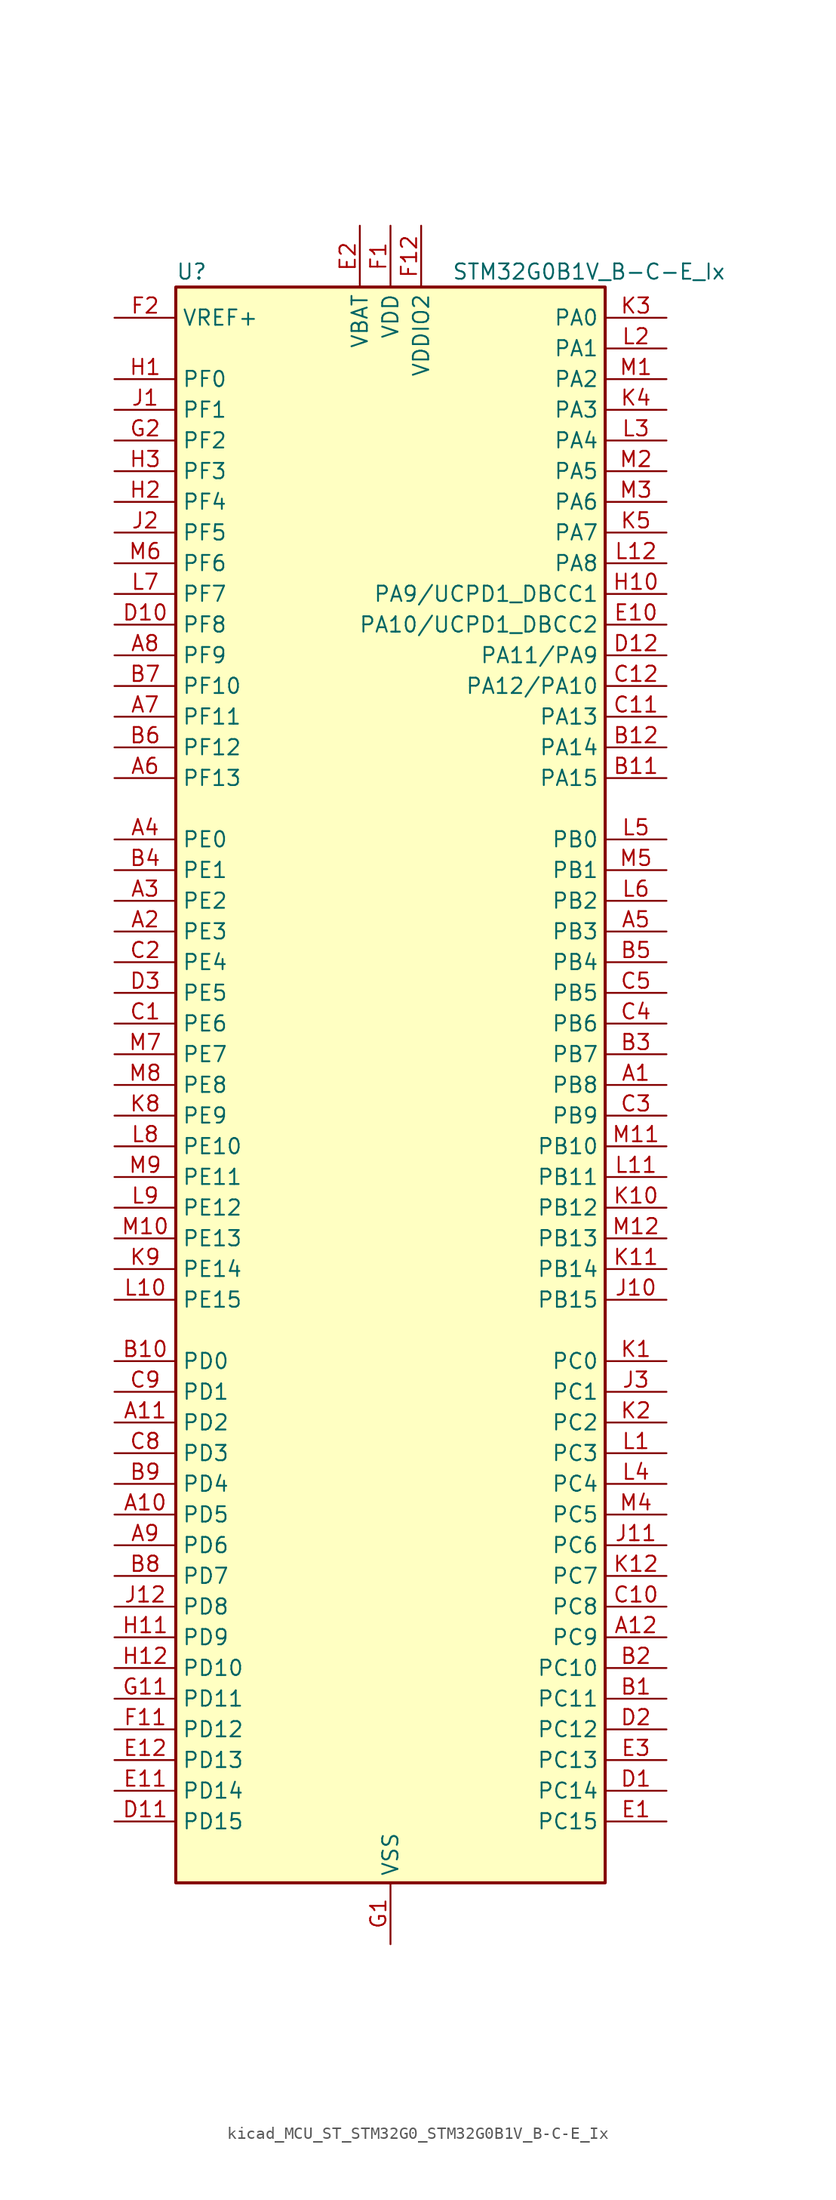
<source format=kicad_sym>
(kicad_symbol_lib
  (version 20220914)
  (generator kicad_symbol_editor)
  (symbol "kicad_MCU_ST_STM32G0_STM32G0B1V_B-C-E_Ix"
    (property "Reference" "U"
      (at -17.78 67.31 0)
      (effects (font (size 1.27 1.27)) (justify left)))
    (property "Value" "STM32G0B1V_B-C-E_Ix"
      (at 5.08 67.31 0)
      (effects (font (size 1.27 1.27)) (justify left)))
    (property "ki_locked" ""
      (at 0 0 0)
      (effects (font (size 1.27 1.27))))
    (symbol "kicad_MCU_ST_STM32G0_STM32G0B1V_B-C-E_Ix_0_1"
      (rectangle (start -17.78 -66.04) (end 17.78 66.04) (stroke (width 0.254) (type default)) (fill (type background))))
    (symbol "kicad_MCU_ST_STM32G0_STM32G0B1V_B-C-E_Ix_1_1"
      (pin bidirectional line (at 22.86 0 180) (length 5.08) (name "PB8" (effects (font (size 1.27 1.27)))) (number "A1" (effects (font (size 1.27 1.27)))) (alternate "CEC" bidirectional line) (alternate "FDCAN1_RX" bidirectional line) (alternate "I2C1_SCL" bidirectional line) (alternate "I2S2_CK" bidirectional line) (alternate "SPI2_SCK" bidirectional line) (alternate "TIM15_BK" bidirectional line) (alternate "TIM16_CH1" bidirectional line) (alternate "TIM4_CH3" bidirectional line) (alternate "USART3_TX" bidirectional line) (alternate "USART6_TX" bidirectional line))
      (pin bidirectional line (at -22.86 -35.56 0) (length 5.08) (name "PD5" (effects (font (size 1.27 1.27)))) (number "A10" (effects (font (size 1.27 1.27)))) (alternate "I2S1_MCK" bidirectional line) (alternate "SPI1_MISO" bidirectional line) (alternate "TIM1_BK" bidirectional line) (alternate "USART2_TX" bidirectional line) (alternate "USART5_CTS" bidirectional line) (alternate "USART5_NSS" bidirectional line))
      (pin bidirectional line (at -22.86 -27.94 0) (length 5.08) (name "PD2" (effects (font (size 1.27 1.27)))) (number "A11" (effects (font (size 1.27 1.27)))) (alternate "TIM1_CH1N" bidirectional line) (alternate "TIM3_ETR" bidirectional line) (alternate "UCPD2_CC2" bidirectional line) (alternate "USART3_CK" bidirectional line) (alternate "USART3_DE" bidirectional line) (alternate "USART3_RTS" bidirectional line) (alternate "USART5_RX" bidirectional line))
      (pin bidirectional line (at 22.86 -45.72 180) (length 5.08) (name "PC9" (effects (font (size 1.27 1.27)))) (number "A12" (effects (font (size 1.27 1.27)))) (alternate "DAC1_EXTI9" bidirectional line) (alternate "I2S_CKIN" bidirectional line) (alternate "LPUART2_DE" bidirectional line) (alternate "LPUART2_RTS" bidirectional line) (alternate "TIM1_CH2" bidirectional line) (alternate "TIM3_CH4" bidirectional line) (alternate "USB_NOE" bidirectional line))
      (pin bidirectional line (at -22.86 12.7 0) (length 5.08) (name "PE3" (effects (font (size 1.27 1.27)))) (number "A2" (effects (font (size 1.27 1.27)))) (alternate "TIM3_CH1" bidirectional line))
      (pin bidirectional line (at -22.86 15.24 0) (length 5.08) (name "PE2" (effects (font (size 1.27 1.27)))) (number "A3" (effects (font (size 1.27 1.27)))) (alternate "TIM3_ETR" bidirectional line))
      (pin bidirectional line (at -22.86 20.32 0) (length 5.08) (name "PE0" (effects (font (size 1.27 1.27)))) (number "A4" (effects (font (size 1.27 1.27)))) (alternate "TIM16_CH1" bidirectional line) (alternate "TIM4_ETR" bidirectional line))
      (pin bidirectional line (at 22.86 12.7 180) (length 5.08) (name "PB3" (effects (font (size 1.27 1.27)))) (number "A5" (effects (font (size 1.27 1.27)))) (alternate "COMP2_INM" bidirectional line) (alternate "I2C2_SCL" bidirectional line) (alternate "I2C3_SCL" bidirectional line) (alternate "I2S1_CK" bidirectional line) (alternate "SPI1_SCK" bidirectional line) (alternate "SPI3_SCK" bidirectional line) (alternate "TIM1_CH2" bidirectional line) (alternate "TIM2_CH2" bidirectional line) (alternate "USART1_CK" bidirectional line) (alternate "USART1_DE" bidirectional line) (alternate "USART1_RTS" bidirectional line) (alternate "USART5_TX" bidirectional line))
      (pin bidirectional line (at -22.86 25.4 0) (length 5.08) (name "PF13" (effects (font (size 1.27 1.27)))) (number "A6" (effects (font (size 1.27 1.27)))) (alternate "TIM15_CH2" bidirectional line))
      (pin bidirectional line (at -22.86 30.48 0) (length 5.08) (name "PF11" (effects (font (size 1.27 1.27)))) (number "A7" (effects (font (size 1.27 1.27)))) (alternate "ADC1_EXTI11" bidirectional line) (alternate "USART6_CK" bidirectional line) (alternate "USART6_DE" bidirectional line) (alternate "USART6_RTS" bidirectional line))
      (pin bidirectional line (at -22.86 35.56 0) (length 5.08) (name "PF9" (effects (font (size 1.27 1.27)))) (number "A8" (effects (font (size 1.27 1.27)))) (alternate "DAC1_EXTI9" bidirectional line) (alternate "USART6_TX" bidirectional line))
      (pin bidirectional line (at -22.86 -38.1 0) (length 5.08) (name "PD6" (effects (font (size 1.27 1.27)))) (number "A9" (effects (font (size 1.27 1.27)))) (alternate "I2S1_SD" bidirectional line) (alternate "LPTIM2_OUT" bidirectional line) (alternate "SPI1_MOSI" bidirectional line) (alternate "USART2_RX" bidirectional line))
      (pin bidirectional line (at 22.86 -50.8 180) (length 5.08) (name "PC11" (effects (font (size 1.27 1.27)))) (number "B1" (effects (font (size 1.27 1.27)))) (alternate "ADC1_EXTI11" bidirectional line) (alternate "SPI3_MISO" bidirectional line) (alternate "TIM1_CH4" bidirectional line) (alternate "USART3_RX" bidirectional line) (alternate "USART4_RX" bidirectional line))
      (pin bidirectional line (at -22.86 -22.86 0) (length 5.08) (name "PD0" (effects (font (size 1.27 1.27)))) (number "B10" (effects (font (size 1.27 1.27)))) (alternate "FDCAN1_RX" bidirectional line) (alternate "I2S2_WS" bidirectional line) (alternate "SPI2_NSS" bidirectional line) (alternate "TIM16_CH1" bidirectional line) (alternate "UCPD2_CC1" bidirectional line))
      (pin bidirectional line (at 22.86 25.4 180) (length 5.08) (name "PA15" (effects (font (size 1.27 1.27)))) (number "B11" (effects (font (size 1.27 1.27)))) (alternate "I2C2_SMBA" bidirectional line) (alternate "I2S1_WS" bidirectional line) (alternate "RCC_MCO_2" bidirectional line) (alternate "SPI1_NSS" bidirectional line) (alternate "SPI3_NSS" bidirectional line) (alternate "TIM2_CH1" bidirectional line) (alternate "TIM2_ETR" bidirectional line) (alternate "USART2_RX" bidirectional line) (alternate "USART3_CK" bidirectional line) (alternate "USART3_DE" bidirectional line) (alternate "USART3_RTS" bidirectional line) (alternate "USART4_CK" bidirectional line) (alternate "USART4_DE" bidirectional line) (alternate "USART4_RTS" bidirectional line) (alternate "USB_NOE" bidirectional line))
      (pin bidirectional line (at 22.86 27.94 180) (length 5.08) (name "PA14" (effects (font (size 1.27 1.27)))) (number "B12" (effects (font (size 1.27 1.27)))) (alternate "LPUART2_TX" bidirectional line) (alternate "SYS_SWCLK" bidirectional line) (alternate "USART2_TX" bidirectional line))
      (pin bidirectional line (at 22.86 -48.26 180) (length 5.08) (name "PC10" (effects (font (size 1.27 1.27)))) (number "B2" (effects (font (size 1.27 1.27)))) (alternate "SPI3_SCK" bidirectional line) (alternate "TIM1_CH3" bidirectional line) (alternate "USART3_TX" bidirectional line) (alternate "USART4_TX" bidirectional line))
      (pin bidirectional line (at 22.86 2.54 180) (length 5.08) (name "PB7" (effects (font (size 1.27 1.27)))) (number "B3" (effects (font (size 1.27 1.27)))) (alternate "COMP2_INM" bidirectional line) (alternate "I2C1_SDA" bidirectional line) (alternate "I2S2_SD" bidirectional line) (alternate "LPTIM1_IN2" bidirectional line) (alternate "LPUART2_RX" bidirectional line) (alternate "SPI2_MOSI" bidirectional line) (alternate "SYS_PVD_IN" bidirectional line) (alternate "TIM17_CH1N" bidirectional line) (alternate "TIM4_CH2" bidirectional line) (alternate "USART1_RX" bidirectional line) (alternate "USART4_CTS" bidirectional line) (alternate "USART4_NSS" bidirectional line))
      (pin bidirectional line (at -22.86 17.78 0) (length 5.08) (name "PE1" (effects (font (size 1.27 1.27)))) (number "B4" (effects (font (size 1.27 1.27)))) (alternate "TIM17_CH1" bidirectional line))
      (pin bidirectional line (at 22.86 10.16 180) (length 5.08) (name "PB4" (effects (font (size 1.27 1.27)))) (number "B5" (effects (font (size 1.27 1.27)))) (alternate "COMP2_INP" bidirectional line) (alternate "I2C2_SDA" bidirectional line) (alternate "I2C3_SDA" bidirectional line) (alternate "I2S1_MCK" bidirectional line) (alternate "SPI1_MISO" bidirectional line) (alternate "SPI3_MISO" bidirectional line) (alternate "TIM17_BK" bidirectional line) (alternate "TIM3_CH1" bidirectional line) (alternate "USART1_CTS" bidirectional line) (alternate "USART1_NSS" bidirectional line) (alternate "USART5_RX" bidirectional line))
      (pin bidirectional line (at -22.86 27.94 0) (length 5.08) (name "PF12" (effects (font (size 1.27 1.27)))) (number "B6" (effects (font (size 1.27 1.27)))) (alternate "TIM15_CH1" bidirectional line) (alternate "USART6_CTS" bidirectional line) (alternate "USART6_NSS" bidirectional line))
      (pin bidirectional line (at -22.86 33.02 0) (length 5.08) (name "PF10" (effects (font (size 1.27 1.27)))) (number "B7" (effects (font (size 1.27 1.27)))) (alternate "USART6_RX" bidirectional line))
      (pin bidirectional line (at -22.86 -40.64 0) (length 5.08) (name "PD7" (effects (font (size 1.27 1.27)))) (number "B8" (effects (font (size 1.27 1.27)))) (alternate "RCC_MCO_2" bidirectional line))
      (pin bidirectional line (at -22.86 -33.02 0) (length 5.08) (name "PD4" (effects (font (size 1.27 1.27)))) (number "B9" (effects (font (size 1.27 1.27)))) (alternate "I2S2_SD" bidirectional line) (alternate "SPI2_MOSI" bidirectional line) (alternate "TIM1_CH3N" bidirectional line) (alternate "USART2_CK" bidirectional line) (alternate "USART2_DE" bidirectional line) (alternate "USART2_RTS" bidirectional line) (alternate "USART5_CK" bidirectional line) (alternate "USART5_DE" bidirectional line) (alternate "USART5_RTS" bidirectional line))
      (pin bidirectional line (at -22.86 5.08 0) (length 5.08) (name "PE6" (effects (font (size 1.27 1.27)))) (number "C1" (effects (font (size 1.27 1.27)))) (alternate "RTC_TAMP_IN3" bidirectional line) (alternate "SYS_WKUP3" bidirectional line) (alternate "TIM3_CH4" bidirectional line))
      (pin bidirectional line (at 22.86 -43.18 180) (length 5.08) (name "PC8" (effects (font (size 1.27 1.27)))) (number "C10" (effects (font (size 1.27 1.27)))) (alternate "LPUART2_CTS" bidirectional line) (alternate "TIM1_CH1" bidirectional line) (alternate "TIM3_CH3" bidirectional line) (alternate "UCPD2_FRSTX1" bidirectional line) (alternate "UCPD2_FRSTX2" bidirectional line))
      (pin bidirectional line (at 22.86 30.48 180) (length 5.08) (name "PA13" (effects (font (size 1.27 1.27)))) (number "C11" (effects (font (size 1.27 1.27)))) (alternate "IR_OUT" bidirectional line) (alternate "LPUART2_RX" bidirectional line) (alternate "SYS_SWDIO" bidirectional line) (alternate "USB_NOE" bidirectional line))
      (pin bidirectional line (at 22.86 33.02 180) (length 5.08) (name "PA12/PA10" (effects (font (size 1.27 1.27)))) (number "C12" (effects (font (size 1.27 1.27)))) (alternate "COMP2_OUT" bidirectional line) (alternate "FDCAN1_TX" bidirectional line) (alternate "I2C2_SDA" bidirectional line) (alternate "I2S1_SD" bidirectional line) (alternate "I2S_CKIN" bidirectional line) (alternate "SPI1_MOSI" bidirectional line) (alternate "TIM1_ETR" bidirectional line) (alternate "USART1_CK" bidirectional line) (alternate "USART1_DE" bidirectional line) (alternate "USART1_RTS" bidirectional line) (alternate "USB_DP" bidirectional line))
      (pin bidirectional line (at -22.86 10.16 0) (length 5.08) (name "PE4" (effects (font (size 1.27 1.27)))) (number "C2" (effects (font (size 1.27 1.27)))) (alternate "TIM3_CH2" bidirectional line))
      (pin bidirectional line (at 22.86 -2.54 180) (length 5.08) (name "PB9" (effects (font (size 1.27 1.27)))) (number "C3" (effects (font (size 1.27 1.27)))) (alternate "DAC1_EXTI9" bidirectional line) (alternate "FDCAN1_TX" bidirectional line) (alternate "I2C1_SDA" bidirectional line) (alternate "I2S2_WS" bidirectional line) (alternate "IR_OUT" bidirectional line) (alternate "SPI2_NSS" bidirectional line) (alternate "TIM17_CH1" bidirectional line) (alternate "TIM4_CH4" bidirectional line) (alternate "UCPD2_FRSTX1" bidirectional line) (alternate "UCPD2_FRSTX2" bidirectional line) (alternate "USART3_RX" bidirectional line) (alternate "USART6_RX" bidirectional line))
      (pin bidirectional line (at 22.86 5.08 180) (length 5.08) (name "PB6" (effects (font (size 1.27 1.27)))) (number "C4" (effects (font (size 1.27 1.27)))) (alternate "COMP2_INP" bidirectional line) (alternate "FDCAN2_TX" bidirectional line) (alternate "I2C1_SCL" bidirectional line) (alternate "I2S2_MCK" bidirectional line) (alternate "LPTIM1_ETR" bidirectional line) (alternate "LPUART2_TX" bidirectional line) (alternate "SPI2_MISO" bidirectional line) (alternate "TIM16_CH1N" bidirectional line) (alternate "TIM1_CH3" bidirectional line) (alternate "TIM4_CH1" bidirectional line) (alternate "USART1_TX" bidirectional line) (alternate "USART5_CTS" bidirectional line) (alternate "USART5_NSS" bidirectional line))
      (pin bidirectional line (at 22.86 7.62 180) (length 5.08) (name "PB5" (effects (font (size 1.27 1.27)))) (number "C5" (effects (font (size 1.27 1.27)))) (alternate "COMP2_OUT" bidirectional line) (alternate "FDCAN2_RX" bidirectional line) (alternate "I2C1_SMBA" bidirectional line) (alternate "I2S1_SD" bidirectional line) (alternate "LPTIM1_IN1" bidirectional line) (alternate "SPI1_MOSI" bidirectional line) (alternate "SPI3_MOSI" bidirectional line) (alternate "SYS_WKUP6" bidirectional line) (alternate "TIM16_BK" bidirectional line) (alternate "TIM3_CH2" bidirectional line) (alternate "USART5_CK" bidirectional line) (alternate "USART5_DE" bidirectional line) (alternate "USART5_RTS" bidirectional line))
      (pin bidirectional line (at -22.86 -30.48 0) (length 5.08) (name "PD3" (effects (font (size 1.27 1.27)))) (number "C8" (effects (font (size 1.27 1.27)))) (alternate "I2S2_MCK" bidirectional line) (alternate "SPI2_MISO" bidirectional line) (alternate "TIM1_CH2N" bidirectional line) (alternate "UCPD2_DBCC2" bidirectional line) (alternate "USART2_CTS" bidirectional line) (alternate "USART2_NSS" bidirectional line) (alternate "USART5_TX" bidirectional line))
      (pin bidirectional line (at -22.86 -25.4 0) (length 5.08) (name "PD1" (effects (font (size 1.27 1.27)))) (number "C9" (effects (font (size 1.27 1.27)))) (alternate "FDCAN1_TX" bidirectional line) (alternate "I2S2_CK" bidirectional line) (alternate "SPI2_SCK" bidirectional line) (alternate "TIM17_CH1" bidirectional line) (alternate "UCPD2_DBCC1" bidirectional line))
      (pin bidirectional line (at 22.86 -58.42 180) (length 5.08) (name "PC14" (effects (font (size 1.27 1.27)))) (number "D1" (effects (font (size 1.27 1.27)))) (alternate "RCC_OSC32_IN" bidirectional line) (alternate "TIM1_BK2" bidirectional line))
      (pin bidirectional line (at -22.86 38.1 0) (length 5.08) (name "PF8" (effects (font (size 1.27 1.27)))) (number "D10" (effects (font (size 1.27 1.27)))))
      (pin bidirectional line (at -22.86 -60.96 0) (length 5.08) (name "PD15" (effects (font (size 1.27 1.27)))) (number "D11" (effects (font (size 1.27 1.27)))) (alternate "CRS1_SYNC" bidirectional line) (alternate "FDCAN2_TX" bidirectional line) (alternate "LPUART2_DE" bidirectional line) (alternate "LPUART2_RTS" bidirectional line) (alternate "TIM4_CH4" bidirectional line))
      (pin bidirectional line (at 22.86 35.56 180) (length 5.08) (name "PA11/PA9" (effects (font (size 1.27 1.27)))) (number "D12" (effects (font (size 1.27 1.27)))) (alternate "ADC1_EXTI11" bidirectional line) (alternate "COMP1_OUT" bidirectional line) (alternate "FDCAN1_RX" bidirectional line) (alternate "I2C2_SCL" bidirectional line) (alternate "I2S1_MCK" bidirectional line) (alternate "SPI1_MISO" bidirectional line) (alternate "TIM1_BK2" bidirectional line) (alternate "TIM1_CH4" bidirectional line) (alternate "USART1_CTS" bidirectional line) (alternate "USART1_NSS" bidirectional line) (alternate "USB_DM" bidirectional line))
      (pin bidirectional line (at 22.86 -53.34 180) (length 5.08) (name "PC12" (effects (font (size 1.27 1.27)))) (number "D2" (effects (font (size 1.27 1.27)))) (alternate "LPTIM1_IN1" bidirectional line) (alternate "SPI3_MOSI" bidirectional line) (alternate "TIM14_CH1" bidirectional line) (alternate "UCPD1_FRSTX1" bidirectional line) (alternate "UCPD1_FRSTX2" bidirectional line) (alternate "USART5_TX" bidirectional line))
      (pin bidirectional line (at -22.86 7.62 0) (length 5.08) (name "PE5" (effects (font (size 1.27 1.27)))) (number "D3" (effects (font (size 1.27 1.27)))) (alternate "TIM3_CH3" bidirectional line))
      (pin bidirectional line (at 22.86 -60.96 180) (length 5.08) (name "PC15" (effects (font (size 1.27 1.27)))) (number "E1" (effects (font (size 1.27 1.27)))) (alternate "RCC_OSC32_EN" bidirectional line) (alternate "RCC_OSC32_OUT" bidirectional line) (alternate "RCC_OSC_EN" bidirectional line) (alternate "TIM15_BK" bidirectional line))
      (pin bidirectional line (at 22.86 38.1 180) (length 5.08) (name "PA10/UCPD1_DBCC2" (effects (font (size 1.27 1.27)))) (number "E10" (effects (font (size 1.27 1.27)))) (alternate "I2C1_SDA" bidirectional line) (alternate "I2C2_SDA" bidirectional line) (alternate "I2S2_SD" bidirectional line) (alternate "RCC_MCO_2" bidirectional line) (alternate "SPI2_MOSI" bidirectional line) (alternate "TIM17_BK" bidirectional line) (alternate "TIM1_CH3" bidirectional line) (alternate "UCPD1_DBCC2" bidirectional line) (alternate "USART1_RX" bidirectional line))
      (pin bidirectional line (at -22.86 -58.42 0) (length 5.08) (name "PD14" (effects (font (size 1.27 1.27)))) (number "E11" (effects (font (size 1.27 1.27)))) (alternate "FDCAN2_RX" bidirectional line) (alternate "LPUART2_CTS" bidirectional line) (alternate "TIM4_CH3" bidirectional line))
      (pin bidirectional line (at -22.86 -55.88 0) (length 5.08) (name "PD13" (effects (font (size 1.27 1.27)))) (number "E12" (effects (font (size 1.27 1.27)))) (alternate "FDCAN1_TX" bidirectional line) (alternate "LPTIM2_OUT" bidirectional line) (alternate "TIM4_CH2" bidirectional line))
      (pin power_in line (at -2.54 71.12 270) (length 5.08) (name "VBAT" (effects (font (size 1.27 1.27)))) (number "E2" (effects (font (size 1.27 1.27)))))
      (pin bidirectional line (at 22.86 -55.88 180) (length 5.08) (name "PC13" (effects (font (size 1.27 1.27)))) (number "E3" (effects (font (size 1.27 1.27)))) (alternate "RTC_OUT1" bidirectional line) (alternate "RTC_TAMP_IN1" bidirectional line) (alternate "RTC_TS" bidirectional line) (alternate "SYS_WKUP2" bidirectional line) (alternate "TIM1_BK" bidirectional line))
      (pin power_in line (at 0 71.12 270) (length 5.08) (name "VDD" (effects (font (size 1.27 1.27)))) (number "F1" (effects (font (size 1.27 1.27)))))
      (pin bidirectional line (at -22.86 -53.34 0) (length 5.08) (name "PD12" (effects (font (size 1.27 1.27)))) (number "F11" (effects (font (size 1.27 1.27)))) (alternate "FDCAN1_RX" bidirectional line) (alternate "LPTIM2_IN1" bidirectional line) (alternate "TIM4_CH1" bidirectional line) (alternate "USART3_CK" bidirectional line) (alternate "USART3_DE" bidirectional line) (alternate "USART3_RTS" bidirectional line))
      (pin power_in line (at 2.54 71.12 270) (length 5.08) (name "VDDIO2" (effects (font (size 1.27 1.27)))) (number "F12" (effects (font (size 1.27 1.27)))))
      (pin input line (at -22.86 63.5 0) (length 5.08) (name "VREF+" (effects (font (size 1.27 1.27)))) (number "F2" (effects (font (size 1.27 1.27)))) (alternate "VREFBUF_OUT" bidirectional line))
      (pin power_in line (at 0 -71.12 90) (length 5.08) (name "VSS" (effects (font (size 1.27 1.27)))) (number "G1" (effects (font (size 1.27 1.27)))))
      (pin bidirectional line (at -22.86 -50.8 0) (length 5.08) (name "PD11" (effects (font (size 1.27 1.27)))) (number "G11" (effects (font (size 1.27 1.27)))) (alternate "ADC1_EXTI11" bidirectional line) (alternate "LPTIM2_ETR" bidirectional line) (alternate "USART3_CTS" bidirectional line) (alternate "USART3_NSS" bidirectional line))
      (pin passive line (at 0 -71.12 90) (length 5.08) hide (name "VSS" (effects (font (size 1.27 1.27)))) (number "G12" (effects (font (size 1.27 1.27)))))
      (pin bidirectional line (at -22.86 53.34 0) (length 5.08) (name "PF2" (effects (font (size 1.27 1.27)))) (number "G2" (effects (font (size 1.27 1.27)))) (alternate "LPUART2_DE" bidirectional line) (alternate "LPUART2_RTS" bidirectional line) (alternate "LPUART2_TX" bidirectional line) (alternate "RCC_MCO" bidirectional line))
      (pin bidirectional line (at -22.86 58.42 0) (length 5.08) (name "PF0" (effects (font (size 1.27 1.27)))) (number "H1" (effects (font (size 1.27 1.27)))) (alternate "CRS1_SYNC" bidirectional line) (alternate "RCC_OSC_IN" bidirectional line) (alternate "TIM14_CH1" bidirectional line))
      (pin bidirectional line (at 22.86 40.64 180) (length 5.08) (name "PA9/UCPD1_DBCC1" (effects (font (size 1.27 1.27)))) (number "H10" (effects (font (size 1.27 1.27)))) (alternate "DAC1_EXTI9" bidirectional line) (alternate "I2C1_SCL" bidirectional line) (alternate "I2C2_SCL" bidirectional line) (alternate "I2S2_MCK" bidirectional line) (alternate "RCC_MCO" bidirectional line) (alternate "SPI2_MISO" bidirectional line) (alternate "TIM15_BK" bidirectional line) (alternate "TIM1_CH2" bidirectional line) (alternate "UCPD1_DBCC1" bidirectional line) (alternate "USART1_TX" bidirectional line))
      (pin bidirectional line (at -22.86 -45.72 0) (length 5.08) (name "PD9" (effects (font (size 1.27 1.27)))) (number "H11" (effects (font (size 1.27 1.27)))) (alternate "DAC1_EXTI9" bidirectional line) (alternate "I2S1_WS" bidirectional line) (alternate "SPI1_NSS" bidirectional line) (alternate "TIM1_BK2" bidirectional line) (alternate "USART3_RX" bidirectional line))
      (pin bidirectional line (at -22.86 -48.26 0) (length 5.08) (name "PD10" (effects (font (size 1.27 1.27)))) (number "H12" (effects (font (size 1.27 1.27)))) (alternate "RCC_MCO" bidirectional line))
      (pin bidirectional line (at -22.86 48.26 0) (length 5.08) (name "PF4" (effects (font (size 1.27 1.27)))) (number "H2" (effects (font (size 1.27 1.27)))) (alternate "LPUART1_TX" bidirectional line))
      (pin bidirectional line (at -22.86 50.8 0) (length 5.08) (name "PF3" (effects (font (size 1.27 1.27)))) (number "H3" (effects (font (size 1.27 1.27)))) (alternate "LPUART2_RX" bidirectional line) (alternate "USART6_CK" bidirectional line) (alternate "USART6_DE" bidirectional line) (alternate "USART6_RTS" bidirectional line))
      (pin bidirectional line (at -22.86 55.88 0) (length 5.08) (name "PF1" (effects (font (size 1.27 1.27)))) (number "J1" (effects (font (size 1.27 1.27)))) (alternate "RCC_OSC_EN" bidirectional line) (alternate "RCC_OSC_OUT" bidirectional line) (alternate "TIM15_CH1N" bidirectional line))
      (pin bidirectional line (at 22.86 -17.78 180) (length 5.08) (name "PB15" (effects (font (size 1.27 1.27)))) (number "J10" (effects (font (size 1.27 1.27)))) (alternate "I2S2_SD" bidirectional line) (alternate "RTC_REFIN" bidirectional line) (alternate "SPI2_MOSI" bidirectional line) (alternate "TIM15_CH1N" bidirectional line) (alternate "TIM15_CH2" bidirectional line) (alternate "TIM1_CH3N" bidirectional line) (alternate "UCPD1_CC2" bidirectional line) (alternate "USART6_CTS" bidirectional line) (alternate "USART6_NSS" bidirectional line))
      (pin bidirectional line (at 22.86 -38.1 180) (length 5.08) (name "PC6" (effects (font (size 1.27 1.27)))) (number "J11" (effects (font (size 1.27 1.27)))) (alternate "LPUART2_TX" bidirectional line) (alternate "TIM2_CH3" bidirectional line) (alternate "TIM3_CH1" bidirectional line) (alternate "UCPD1_FRSTX1" bidirectional line) (alternate "UCPD1_FRSTX2" bidirectional line))
      (pin bidirectional line (at -22.86 -43.18 0) (length 5.08) (name "PD8" (effects (font (size 1.27 1.27)))) (number "J12" (effects (font (size 1.27 1.27)))) (alternate "I2S1_CK" bidirectional line) (alternate "LPTIM1_OUT" bidirectional line) (alternate "SPI1_SCK" bidirectional line) (alternate "USART3_TX" bidirectional line))
      (pin bidirectional line (at -22.86 45.72 0) (length 5.08) (name "PF5" (effects (font (size 1.27 1.27)))) (number "J2" (effects (font (size 1.27 1.27)))) (alternate "LPUART1_RX" bidirectional line))
      (pin bidirectional line (at 22.86 -25.4 180) (length 5.08) (name "PC1" (effects (font (size 1.27 1.27)))) (number "J3" (effects (font (size 1.27 1.27)))) (alternate "COMP3_INP" bidirectional line) (alternate "I2C3_SDA" bidirectional line) (alternate "LPTIM1_OUT" bidirectional line) (alternate "LPUART1_TX" bidirectional line) (alternate "LPUART2_RX" bidirectional line) (alternate "TIM15_CH1" bidirectional line) (alternate "USART6_RX" bidirectional line))
      (pin bidirectional line (at 22.86 -22.86 180) (length 5.08) (name "PC0" (effects (font (size 1.27 1.27)))) (number "K1" (effects (font (size 1.27 1.27)))) (alternate "COMP3_INM" bidirectional line) (alternate "COMP3_OUT" bidirectional line) (alternate "I2C3_SCL" bidirectional line) (alternate "LPTIM1_IN1" bidirectional line) (alternate "LPTIM2_IN1" bidirectional line) (alternate "LPUART1_RX" bidirectional line) (alternate "LPUART2_TX" bidirectional line) (alternate "USART6_TX" bidirectional line))
      (pin bidirectional line (at 22.86 -10.16 180) (length 5.08) (name "PB12" (effects (font (size 1.27 1.27)))) (number "K10" (effects (font (size 1.27 1.27)))) (alternate "ADC1_IN16" bidirectional line) (alternate "FDCAN2_RX" bidirectional line) (alternate "I2C2_SMBA" bidirectional line) (alternate "I2S2_WS" bidirectional line) (alternate "LPUART1_DE" bidirectional line) (alternate "LPUART1_RTS" bidirectional line) (alternate "SPI2_NSS" bidirectional line) (alternate "TIM15_BK" bidirectional line) (alternate "TIM1_BK" bidirectional line) (alternate "UCPD2_FRSTX1" bidirectional line) (alternate "UCPD2_FRSTX2" bidirectional line))
      (pin bidirectional line (at 22.86 -15.24 180) (length 5.08) (name "PB14" (effects (font (size 1.27 1.27)))) (number "K11" (effects (font (size 1.27 1.27)))) (alternate "I2C2_SDA" bidirectional line) (alternate "I2S2_MCK" bidirectional line) (alternate "SPI2_MISO" bidirectional line) (alternate "TIM15_CH1" bidirectional line) (alternate "TIM1_CH2N" bidirectional line) (alternate "UCPD1_FRSTX1" bidirectional line) (alternate "UCPD1_FRSTX2" bidirectional line) (alternate "USART3_CK" bidirectional line) (alternate "USART3_DE" bidirectional line) (alternate "USART3_RTS" bidirectional line) (alternate "USART6_CK" bidirectional line) (alternate "USART6_DE" bidirectional line) (alternate "USART6_RTS" bidirectional line))
      (pin bidirectional line (at 22.86 -40.64 180) (length 5.08) (name "PC7" (effects (font (size 1.27 1.27)))) (number "K12" (effects (font (size 1.27 1.27)))) (alternate "LPUART2_RX" bidirectional line) (alternate "TIM2_CH4" bidirectional line) (alternate "TIM3_CH2" bidirectional line) (alternate "UCPD2_FRSTX1" bidirectional line) (alternate "UCPD2_FRSTX2" bidirectional line))
      (pin bidirectional line (at 22.86 -27.94 180) (length 5.08) (name "PC2" (effects (font (size 1.27 1.27)))) (number "K2" (effects (font (size 1.27 1.27)))) (alternate "COMP3_OUT" bidirectional line) (alternate "FDCAN2_RX" bidirectional line) (alternate "I2S2_MCK" bidirectional line) (alternate "LPTIM1_IN2" bidirectional line) (alternate "SPI2_MISO" bidirectional line) (alternate "TIM15_CH2" bidirectional line))
      (pin bidirectional line (at 22.86 63.5 180) (length 5.08) (name "PA0" (effects (font (size 1.27 1.27)))) (number "K3" (effects (font (size 1.27 1.27)))) (alternate "ADC1_IN0" bidirectional line) (alternate "COMP1_INM" bidirectional line) (alternate "COMP1_OUT" bidirectional line) (alternate "I2S2_CK" bidirectional line) (alternate "LPTIM1_OUT" bidirectional line) (alternate "RTC_TAMP_IN2" bidirectional line) (alternate "SPI2_SCK" bidirectional line) (alternate "SYS_WKUP1" bidirectional line) (alternate "TIM2_CH1" bidirectional line) (alternate "TIM2_ETR" bidirectional line) (alternate "UCPD2_FRSTX1" bidirectional line) (alternate "UCPD2_FRSTX2" bidirectional line) (alternate "USART2_CTS" bidirectional line) (alternate "USART2_NSS" bidirectional line) (alternate "USART4_TX" bidirectional line))
      (pin bidirectional line (at 22.86 55.88 180) (length 5.08) (name "PA3" (effects (font (size 1.27 1.27)))) (number "K4" (effects (font (size 1.27 1.27)))) (alternate "ADC1_IN3" bidirectional line) (alternate "COMP2_INP" bidirectional line) (alternate "I2S2_MCK" bidirectional line) (alternate "LPUART1_RX" bidirectional line) (alternate "SPI2_MISO" bidirectional line) (alternate "TIM15_CH2" bidirectional line) (alternate "TIM2_CH4" bidirectional line) (alternate "UCPD2_FRSTX1" bidirectional line) (alternate "UCPD2_FRSTX2" bidirectional line) (alternate "USART2_RX" bidirectional line))
      (pin bidirectional line (at 22.86 45.72 180) (length 5.08) (name "PA7" (effects (font (size 1.27 1.27)))) (number "K5" (effects (font (size 1.27 1.27)))) (alternate "ADC1_IN7" bidirectional line) (alternate "COMP2_OUT" bidirectional line) (alternate "I2C2_SCL" bidirectional line) (alternate "I2C3_SCL" bidirectional line) (alternate "I2S1_SD" bidirectional line) (alternate "SPI1_MOSI" bidirectional line) (alternate "TIM14_CH1" bidirectional line) (alternate "TIM17_CH1" bidirectional line) (alternate "TIM1_CH1N" bidirectional line) (alternate "TIM3_CH2" bidirectional line) (alternate "UCPD1_FRSTX1" bidirectional line) (alternate "UCPD1_FRSTX2" bidirectional line) (alternate "USART6_CK" bidirectional line) (alternate "USART6_DE" bidirectional line) (alternate "USART6_RTS" bidirectional line))
      (pin bidirectional line (at -22.86 -2.54 0) (length 5.08) (name "PE9" (effects (font (size 1.27 1.27)))) (number "K8" (effects (font (size 1.27 1.27)))) (alternate "DAC1_EXTI9" bidirectional line) (alternate "TIM1_CH1" bidirectional line) (alternate "USART4_RX" bidirectional line))
      (pin bidirectional line (at -22.86 -15.24 0) (length 5.08) (name "PE14" (effects (font (size 1.27 1.27)))) (number "K9" (effects (font (size 1.27 1.27)))) (alternate "I2S1_MCK" bidirectional line) (alternate "SPI1_MISO" bidirectional line) (alternate "TIM1_BK2" bidirectional line) (alternate "TIM1_CH4" bidirectional line))
      (pin bidirectional line (at 22.86 -30.48 180) (length 5.08) (name "PC3" (effects (font (size 1.27 1.27)))) (number "L1" (effects (font (size 1.27 1.27)))) (alternate "FDCAN2_TX" bidirectional line) (alternate "I2S2_SD" bidirectional line) (alternate "LPTIM1_ETR" bidirectional line) (alternate "LPTIM2_ETR" bidirectional line) (alternate "SPI2_MOSI" bidirectional line))
      (pin bidirectional line (at -22.86 -17.78 0) (length 5.08) (name "PE15" (effects (font (size 1.27 1.27)))) (number "L10" (effects (font (size 1.27 1.27)))) (alternate "I2S1_SD" bidirectional line) (alternate "SPI1_MOSI" bidirectional line) (alternate "TIM1_BK" bidirectional line))
      (pin bidirectional line (at 22.86 -7.62 180) (length 5.08) (name "PB11" (effects (font (size 1.27 1.27)))) (number "L11" (effects (font (size 1.27 1.27)))) (alternate "ADC1_EXTI11" bidirectional line) (alternate "ADC1_IN15" bidirectional line) (alternate "COMP2_OUT" bidirectional line) (alternate "I2C2_SDA" bidirectional line) (alternate "I2S2_SD" bidirectional line) (alternate "LPUART1_TX" bidirectional line) (alternate "SPI2_MOSI" bidirectional line) (alternate "TIM2_CH4" bidirectional line) (alternate "USART3_RX" bidirectional line))
      (pin bidirectional line (at 22.86 43.18 180) (length 5.08) (name "PA8" (effects (font (size 1.27 1.27)))) (number "L12" (effects (font (size 1.27 1.27)))) (alternate "CRS1_SYNC" bidirectional line) (alternate "I2C2_SMBA" bidirectional line) (alternate "I2S2_WS" bidirectional line) (alternate "LPTIM2_OUT" bidirectional line) (alternate "RCC_MCO" bidirectional line) (alternate "SPI2_NSS" bidirectional line) (alternate "TIM1_CH1" bidirectional line) (alternate "UCPD1_CC1" bidirectional line))
      (pin bidirectional line (at 22.86 60.96 180) (length 5.08) (name "PA1" (effects (font (size 1.27 1.27)))) (number "L2" (effects (font (size 1.27 1.27)))) (alternate "ADC1_IN1" bidirectional line) (alternate "COMP1_INP" bidirectional line) (alternate "I2C1_SMBA" bidirectional line) (alternate "I2S1_CK" bidirectional line) (alternate "SPI1_SCK" bidirectional line) (alternate "TIM15_CH1N" bidirectional line) (alternate "TIM2_CH2" bidirectional line) (alternate "USART2_CK" bidirectional line) (alternate "USART2_DE" bidirectional line) (alternate "USART2_RTS" bidirectional line) (alternate "USART4_RX" bidirectional line))
      (pin bidirectional line (at 22.86 53.34 180) (length 5.08) (name "PA4" (effects (font (size 1.27 1.27)))) (number "L3" (effects (font (size 1.27 1.27)))) (alternate "ADC1_IN4" bidirectional line) (alternate "DAC1_OUT1" bidirectional line) (alternate "I2S1_WS" bidirectional line) (alternate "I2S2_SD" bidirectional line) (alternate "LPTIM2_OUT" bidirectional line) (alternate "RTC_OUT2" bidirectional line) (alternate "SPI1_NSS" bidirectional line) (alternate "SPI2_MOSI" bidirectional line) (alternate "SPI3_NSS" bidirectional line) (alternate "TIM14_CH1" bidirectional line) (alternate "UCPD2_FRSTX1" bidirectional line) (alternate "UCPD2_FRSTX2" bidirectional line) (alternate "USART6_TX" bidirectional line) (alternate "USB_NOE" bidirectional line))
      (pin bidirectional line (at 22.86 -33.02 180) (length 5.08) (name "PC4" (effects (font (size 1.27 1.27)))) (number "L4" (effects (font (size 1.27 1.27)))) (alternate "ADC1_IN17" bidirectional line) (alternate "COMP1_INM" bidirectional line) (alternate "FDCAN1_RX" bidirectional line) (alternate "TIM2_CH1" bidirectional line) (alternate "TIM2_ETR" bidirectional line) (alternate "USART1_TX" bidirectional line) (alternate "USART3_TX" bidirectional line))
      (pin bidirectional line (at 22.86 20.32 180) (length 5.08) (name "PB0" (effects (font (size 1.27 1.27)))) (number "L5" (effects (font (size 1.27 1.27)))) (alternate "ADC1_IN8" bidirectional line) (alternate "COMP1_OUT" bidirectional line) (alternate "COMP3_INP" bidirectional line) (alternate "FDCAN2_RX" bidirectional line) (alternate "I2S1_WS" bidirectional line) (alternate "LPTIM1_OUT" bidirectional line) (alternate "LPUART2_CTS" bidirectional line) (alternate "SPI1_NSS" bidirectional line) (alternate "TIM1_CH2N" bidirectional line) (alternate "TIM3_CH3" bidirectional line) (alternate "UCPD1_FRSTX1" bidirectional line) (alternate "UCPD1_FRSTX2" bidirectional line) (alternate "USART3_RX" bidirectional line) (alternate "USART5_TX" bidirectional line))
      (pin bidirectional line (at 22.86 15.24 180) (length 5.08) (name "PB2" (effects (font (size 1.27 1.27)))) (number "L6" (effects (font (size 1.27 1.27)))) (alternate "ADC1_IN10" bidirectional line) (alternate "COMP1_INP" bidirectional line) (alternate "COMP3_INM" bidirectional line) (alternate "I2S2_MCK" bidirectional line) (alternate "LPTIM1_OUT" bidirectional line) (alternate "RCC_MCO_2" bidirectional line) (alternate "SPI2_MISO" bidirectional line) (alternate "USART3_TX" bidirectional line))
      (pin bidirectional line (at -22.86 40.64 0) (length 5.08) (name "PF7" (effects (font (size 1.27 1.27)))) (number "L7" (effects (font (size 1.27 1.27)))) (alternate "LPUART1_CTS" bidirectional line) (alternate "USART5_CTS" bidirectional line) (alternate "USART5_NSS" bidirectional line))
      (pin bidirectional line (at -22.86 -5.08 0) (length 5.08) (name "PE10" (effects (font (size 1.27 1.27)))) (number "L8" (effects (font (size 1.27 1.27)))) (alternate "TIM1_CH2N" bidirectional line) (alternate "USART5_TX" bidirectional line))
      (pin bidirectional line (at -22.86 -10.16 0) (length 5.08) (name "PE12" (effects (font (size 1.27 1.27)))) (number "L9" (effects (font (size 1.27 1.27)))) (alternate "I2S1_WS" bidirectional line) (alternate "SPI1_NSS" bidirectional line) (alternate "TIM1_CH3N" bidirectional line))
      (pin bidirectional line (at 22.86 58.42 180) (length 5.08) (name "PA2" (effects (font (size 1.27 1.27)))) (number "M1" (effects (font (size 1.27 1.27)))) (alternate "ADC1_IN2" bidirectional line) (alternate "COMP2_INM" bidirectional line) (alternate "COMP2_OUT" bidirectional line) (alternate "I2S1_SD" bidirectional line) (alternate "LPUART1_TX" bidirectional line) (alternate "RCC_LSCO" bidirectional line) (alternate "SPI1_MOSI" bidirectional line) (alternate "SYS_WKUP4" bidirectional line) (alternate "TIM15_CH1" bidirectional line) (alternate "TIM2_CH3" bidirectional line) (alternate "UCPD1_FRSTX1" bidirectional line) (alternate "UCPD1_FRSTX2" bidirectional line) (alternate "USART2_TX" bidirectional line))
      (pin bidirectional line (at -22.86 -12.7 0) (length 5.08) (name "PE13" (effects (font (size 1.27 1.27)))) (number "M10" (effects (font (size 1.27 1.27)))) (alternate "I2S1_CK" bidirectional line) (alternate "SPI1_SCK" bidirectional line) (alternate "TIM1_CH3" bidirectional line))
      (pin bidirectional line (at 22.86 -5.08 180) (length 5.08) (name "PB10" (effects (font (size 1.27 1.27)))) (number "M11" (effects (font (size 1.27 1.27)))) (alternate "ADC1_IN11" bidirectional line) (alternate "CEC" bidirectional line) (alternate "COMP1_OUT" bidirectional line) (alternate "I2C2_SCL" bidirectional line) (alternate "I2S2_CK" bidirectional line) (alternate "LPUART1_RX" bidirectional line) (alternate "SPI2_SCK" bidirectional line) (alternate "TIM2_CH3" bidirectional line) (alternate "USART3_TX" bidirectional line))
      (pin bidirectional line (at 22.86 -12.7 180) (length 5.08) (name "PB13" (effects (font (size 1.27 1.27)))) (number "M12" (effects (font (size 1.27 1.27)))) (alternate "FDCAN2_TX" bidirectional line) (alternate "I2C2_SCL" bidirectional line) (alternate "I2S2_CK" bidirectional line) (alternate "LPUART1_CTS" bidirectional line) (alternate "SPI2_SCK" bidirectional line) (alternate "TIM15_CH1N" bidirectional line) (alternate "TIM1_CH1N" bidirectional line) (alternate "USART3_CTS" bidirectional line) (alternate "USART3_NSS" bidirectional line))
      (pin bidirectional line (at 22.86 50.8 180) (length 5.08) (name "PA5" (effects (font (size 1.27 1.27)))) (number "M2" (effects (font (size 1.27 1.27)))) (alternate "ADC1_IN5" bidirectional line) (alternate "CEC" bidirectional line) (alternate "DAC1_OUT2" bidirectional line) (alternate "I2S1_CK" bidirectional line) (alternate "LPTIM2_ETR" bidirectional line) (alternate "SPI1_SCK" bidirectional line) (alternate "TIM2_CH1" bidirectional line) (alternate "TIM2_ETR" bidirectional line) (alternate "UCPD1_FRSTX1" bidirectional line) (alternate "UCPD1_FRSTX2" bidirectional line) (alternate "USART3_TX" bidirectional line) (alternate "USART6_RX" bidirectional line))
      (pin bidirectional line (at 22.86 48.26 180) (length 5.08) (name "PA6" (effects (font (size 1.27 1.27)))) (number "M3" (effects (font (size 1.27 1.27)))) (alternate "ADC1_IN6" bidirectional line) (alternate "COMP1_OUT" bidirectional line) (alternate "I2C2_SDA" bidirectional line) (alternate "I2C3_SDA" bidirectional line) (alternate "I2S1_MCK" bidirectional line) (alternate "LPUART1_CTS" bidirectional line) (alternate "SPI1_MISO" bidirectional line) (alternate "TIM16_CH1" bidirectional line) (alternate "TIM1_BK" bidirectional line) (alternate "TIM3_CH1" bidirectional line) (alternate "USART3_CTS" bidirectional line) (alternate "USART3_NSS" bidirectional line) (alternate "USART6_CTS" bidirectional line) (alternate "USART6_NSS" bidirectional line))
      (pin bidirectional line (at 22.86 -35.56 180) (length 5.08) (name "PC5" (effects (font (size 1.27 1.27)))) (number "M4" (effects (font (size 1.27 1.27)))) (alternate "ADC1_IN18" bidirectional line) (alternate "COMP1_INP" bidirectional line) (alternate "FDCAN1_TX" bidirectional line) (alternate "SYS_WKUP5" bidirectional line) (alternate "TIM2_CH2" bidirectional line) (alternate "USART1_RX" bidirectional line) (alternate "USART3_RX" bidirectional line))
      (pin bidirectional line (at 22.86 17.78 180) (length 5.08) (name "PB1" (effects (font (size 1.27 1.27)))) (number "M5" (effects (font (size 1.27 1.27)))) (alternate "ADC1_IN9" bidirectional line) (alternate "COMP1_INM" bidirectional line) (alternate "COMP3_OUT" bidirectional line) (alternate "FDCAN2_TX" bidirectional line) (alternate "LPTIM2_IN1" bidirectional line) (alternate "LPUART1_DE" bidirectional line) (alternate "LPUART1_RTS" bidirectional line) (alternate "LPUART2_DE" bidirectional line) (alternate "LPUART2_RTS" bidirectional line) (alternate "TIM14_CH1" bidirectional line) (alternate "TIM1_CH3N" bidirectional line) (alternate "TIM3_CH4" bidirectional line) (alternate "USART3_CK" bidirectional line) (alternate "USART3_DE" bidirectional line) (alternate "USART3_RTS" bidirectional line) (alternate "USART5_RX" bidirectional line))
      (pin bidirectional line (at -22.86 43.18 0) (length 5.08) (name "PF6" (effects (font (size 1.27 1.27)))) (number "M6" (effects (font (size 1.27 1.27)))) (alternate "LPUART1_DE" bidirectional line) (alternate "LPUART1_RTS" bidirectional line))
      (pin bidirectional line (at -22.86 2.54 0) (length 5.08) (name "PE7" (effects (font (size 1.27 1.27)))) (number "M7" (effects (font (size 1.27 1.27)))) (alternate "COMP3_INP" bidirectional line) (alternate "TIM1_ETR" bidirectional line) (alternate "USART5_CK" bidirectional line) (alternate "USART5_DE" bidirectional line) (alternate "USART5_RTS" bidirectional line))
      (pin bidirectional line (at -22.86 0 0) (length 5.08) (name "PE8" (effects (font (size 1.27 1.27)))) (number "M8" (effects (font (size 1.27 1.27)))) (alternate "COMP3_INM" bidirectional line) (alternate "TIM1_CH1N" bidirectional line) (alternate "USART4_TX" bidirectional line))
      (pin bidirectional line (at -22.86 -7.62 0) (length 5.08) (name "PE11" (effects (font (size 1.27 1.27)))) (number "M9" (effects (font (size 1.27 1.27)))) (alternate "ADC1_EXTI11" bidirectional line) (alternate "TIM1_CH2" bidirectional line) (alternate "USART5_RX" bidirectional line)))))
</source>
